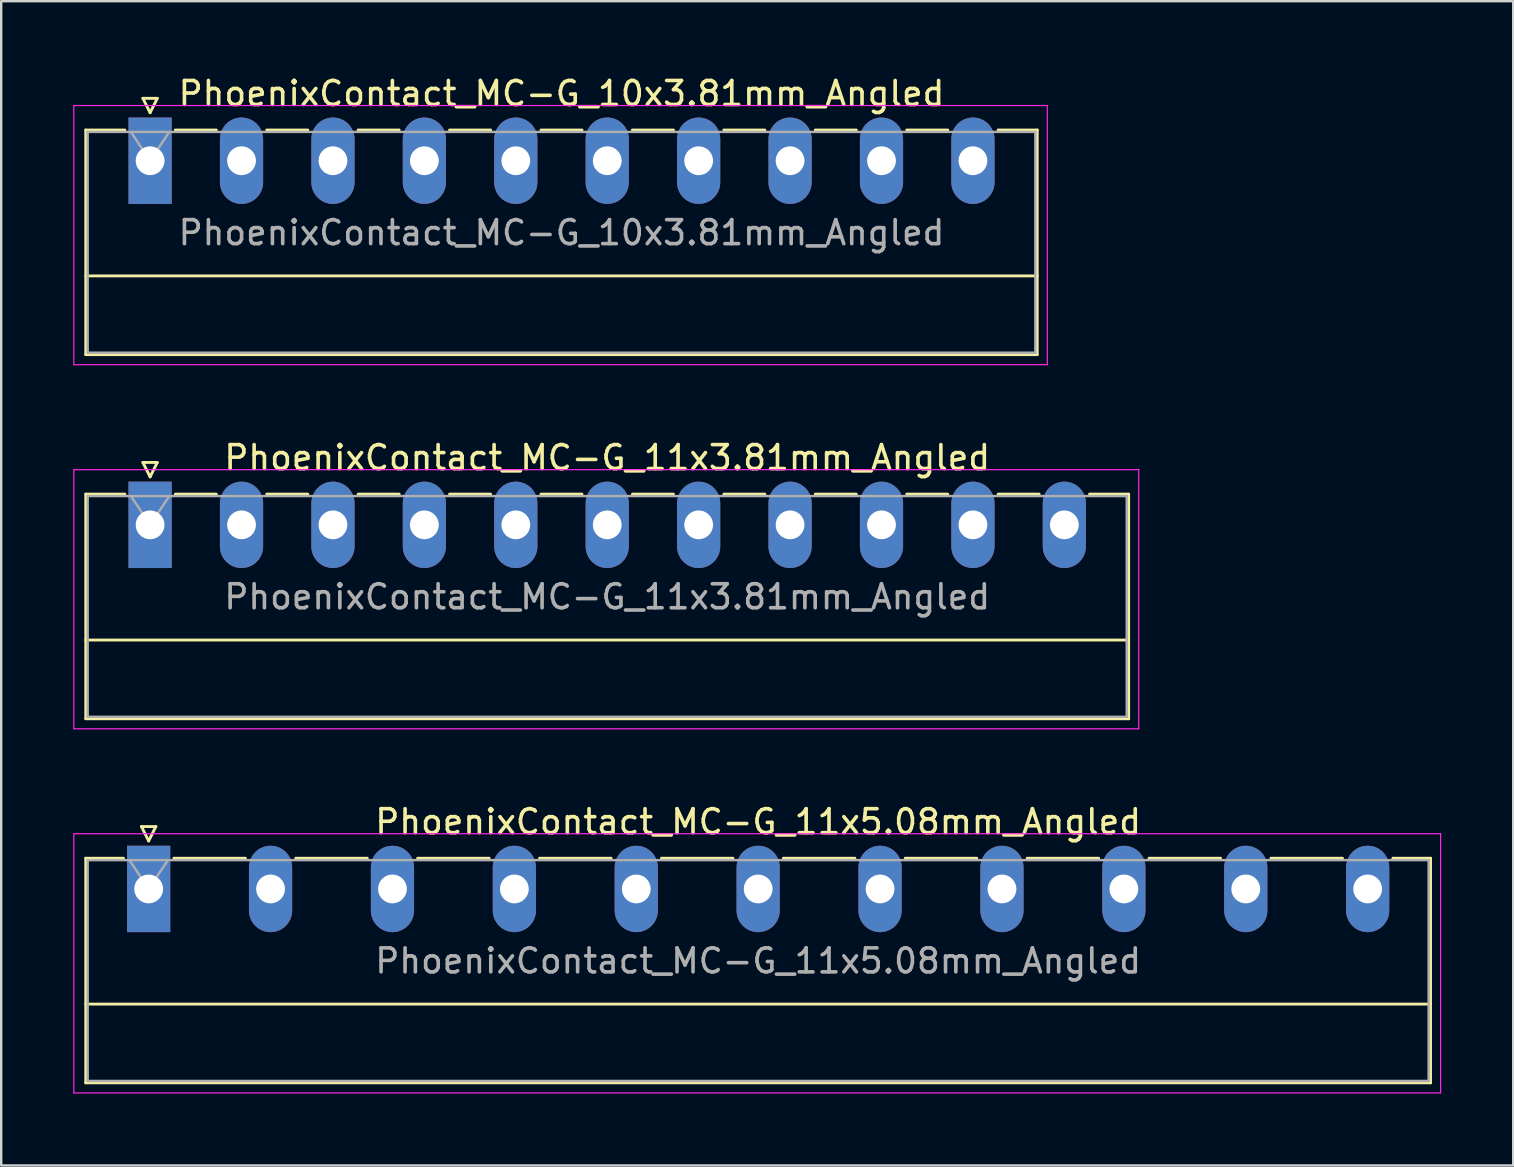
<source format=kicad_pcb>
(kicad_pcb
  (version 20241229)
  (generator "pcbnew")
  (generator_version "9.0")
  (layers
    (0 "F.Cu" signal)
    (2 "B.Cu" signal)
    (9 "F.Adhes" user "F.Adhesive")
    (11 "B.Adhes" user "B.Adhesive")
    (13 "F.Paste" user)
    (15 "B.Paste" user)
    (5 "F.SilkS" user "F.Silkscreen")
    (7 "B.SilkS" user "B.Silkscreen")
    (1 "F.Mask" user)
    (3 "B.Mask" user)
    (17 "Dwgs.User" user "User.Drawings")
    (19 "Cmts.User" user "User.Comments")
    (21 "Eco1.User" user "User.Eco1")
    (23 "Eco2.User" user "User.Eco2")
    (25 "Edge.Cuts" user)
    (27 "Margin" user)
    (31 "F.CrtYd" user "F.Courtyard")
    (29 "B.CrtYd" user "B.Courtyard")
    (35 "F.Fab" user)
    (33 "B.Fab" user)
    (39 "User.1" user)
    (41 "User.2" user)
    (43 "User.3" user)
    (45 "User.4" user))
  (footprint "PhoenixContact_MC-G_11x5.08mm_Angled"
    (layer "F.Cu")
    (at 3.145 33.995)
    (property "Reference" "PhoenixContact_MC-G_11x5.08mm_Angled" (at 25.4 -2.8 0) (layer "F.SilkS") (effects (font (size 1 1) (thickness 0.15))))
    (attr through_hole)
    (fp_line (start -2.62 -1.28) (end -2.62 8.08) (stroke (width 0.12) (type solid)) (layer "F.SilkS"))
    (fp_line (start -2.62 -1.28) (end -1.05 -1.28) (stroke (width 0.12) (type solid)) (layer "F.SilkS"))
    (fp_line (start -2.62 4.8) (end 53.42 4.8) (stroke (width 0.12) (type solid)) (layer "F.SilkS"))
    (fp_line (start -2.62 8.08) (end 53.42 8.08) (stroke (width 0.12) (type solid)) (layer "F.SilkS"))
    (fp_line (start -0.3 -2.6) (end 0.3 -2.6) (stroke (width 0.12) (type solid)) (layer "F.SilkS"))
    (fp_line (start 0 -2) (end -0.3 -2.6) (stroke (width 0.12) (type solid)) (layer "F.SilkS"))
    (fp_line (start 0.3 -2.6) (end 0 -2) (stroke (width 0.12) (type solid)) (layer "F.SilkS"))
    (fp_line (start 1.05 -1.28) (end 4.03 -1.28) (stroke (width 0.12) (type solid)) (layer "F.SilkS"))
    (fp_line (start 6.13 -1.28) (end 9.11 -1.28) (stroke (width 0.12) (type solid)) (layer "F.SilkS"))
    (fp_line (start 11.21 -1.28) (end 14.19 -1.28) (stroke (width 0.12) (type solid)) (layer "F.SilkS"))
    (fp_line (start 16.29 -1.28) (end 19.27 -1.28) (stroke (width 0.12) (type solid)) (layer "F.SilkS"))
    (fp_line (start 21.37 -1.28) (end 24.35 -1.28) (stroke (width 0.12) (type solid)) (layer "F.SilkS"))
    (fp_line (start 26.45 -1.28) (end 29.43 -1.28) (stroke (width 0.12) (type solid)) (layer "F.SilkS"))
    (fp_line (start 31.53 -1.28) (end 34.51 -1.28) (stroke (width 0.12) (type solid)) (layer "F.SilkS"))
    (fp_line (start 36.61 -1.28) (end 39.59 -1.28) (stroke (width 0.12) (type solid)) (layer "F.SilkS"))
    (fp_line (start 41.69 -1.28) (end 44.67 -1.28) (stroke (width 0.12) (type solid)) (layer "F.SilkS"))
    (fp_line (start 46.77 -1.28) (end 49.75 -1.28) (stroke (width 0.12) (type solid)) (layer "F.SilkS"))
    (fp_line (start 53.42 -1.28) (end 51.85 -1.28) (stroke (width 0.12) (type solid)) (layer "F.SilkS"))
    (fp_line (start 53.42 8.08) (end 53.42 -1.28) (stroke (width 0.12) (type solid)) (layer "F.SilkS"))
    (fp_line (start -3.12 -2.3) (end -3.12 8.5) (stroke (width 0.05) (type solid)) (layer "F.CrtYd"))
    (fp_line (start -3.12 8.5) (end 53.84 8.5) (stroke (width 0.05) (type solid)) (layer "F.CrtYd"))
    (fp_line (start 53.84 -2.3) (end -3.12 -2.3) (stroke (width 0.05) (type solid)) (layer "F.CrtYd"))
    (fp_line (start 53.84 8.5) (end 53.84 -2.3) (stroke (width 0.05) (type solid)) (layer "F.CrtYd"))
    (fp_line (start -2.54 -1.2) (end -2.54 8) (stroke (width 0.1) (type solid)) (layer "F.Fab"))
    (fp_line (start -2.54 8) (end 53.34 8) (stroke (width 0.1) (type solid)) (layer "F.Fab"))
    (fp_line (start 0 0) (end -0.8 -1.2) (stroke (width 0.1) (type solid)) (layer "F.Fab"))
    (fp_line (start 0.8 -1.2) (end 0 0) (stroke (width 0.1) (type solid)) (layer "F.Fab"))
    (fp_line (start 53.34 -1.2) (end -2.54 -1.2) (stroke (width 0.1) (type solid)) (layer "F.Fab"))
    (fp_line (start 53.34 8) (end 53.34 -1.2) (stroke (width 0.1) (type solid)) (layer "F.Fab"))
    (fp_text user "${REFERENCE}" (at 25.4 3 0) (layer "F.Fab") (effects (font (size 1 1) (thickness 0.15))))
    (pad "1" thru_hole rect (at 0 0) (size 1.8 3.6) (drill 1.2) (layers "*.Cu" "*.Mask"))
    (pad "2" thru_hole oval (at 5.08 0) (size 1.8 3.6) (drill 1.2) (layers "*.Cu" "*.Mask"))
    (pad "3" thru_hole oval (at 10.16 0) (size 1.8 3.6) (drill 1.2) (layers "*.Cu" "*.Mask"))
    (pad "4" thru_hole oval (at 15.24 0) (size 1.8 3.6) (drill 1.2) (layers "*.Cu" "*.Mask"))
    (pad "5" thru_hole oval (at 20.32 0) (size 1.8 3.6) (drill 1.2) (layers "*.Cu" "*.Mask"))
    (pad "6" thru_hole oval (at 25.4 0) (size 1.8 3.6) (drill 1.2) (layers "*.Cu" "*.Mask"))
    (pad "7" thru_hole oval (at 30.48 0) (size 1.8 3.6) (drill 1.2) (layers "*.Cu" "*.Mask"))
    (pad "8" thru_hole oval (at 35.56 0) (size 1.8 3.6) (drill 1.2) (layers "*.Cu" "*.Mask"))
    (pad "9" thru_hole oval (at 40.64 0) (size 1.8 3.6) (drill 1.2) (layers "*.Cu" "*.Mask"))
    (pad "10" thru_hole oval (at 45.72 0) (size 1.8 3.6) (drill 1.2) (layers "*.Cu" "*.Mask"))
    (pad "11" thru_hole oval (at 50.8 0) (size 1.8 3.6) (drill 1.2) (layers "*.Cu" "*.Mask")))
  (footprint "PhoenixContact_MC-G_11x3.81mm_Angled"
    (layer "F.Cu")
    (at 3.205 18.822)
    (property "Reference" "PhoenixContact_MC-G_11x3.81mm_Angled" (at 19.05 -2.8 0) (layer "F.SilkS") (effects (font (size 1 1) (thickness 0.15))))
    (attr through_hole)
    (fp_line (start -2.68 -1.28) (end -2.68 8.08) (stroke (width 0.12) (type solid)) (layer "F.SilkS"))
    (fp_line (start -2.68 -1.28) (end -1.05 -1.28) (stroke (width 0.12) (type solid)) (layer "F.SilkS"))
    (fp_line (start -2.68 4.8) (end 40.78 4.8) (stroke (width 0.12) (type solid)) (layer "F.SilkS"))
    (fp_line (start -2.68 8.08) (end 40.78 8.08) (stroke (width 0.12) (type solid)) (layer "F.SilkS"))
    (fp_line (start -0.3 -2.6) (end 0.3 -2.6) (stroke (width 0.12) (type solid)) (layer "F.SilkS"))
    (fp_line (start 0 -2) (end -0.3 -2.6) (stroke (width 0.12) (type solid)) (layer "F.SilkS"))
    (fp_line (start 0.3 -2.6) (end 0 -2) (stroke (width 0.12) (type solid)) (layer "F.SilkS"))
    (fp_line (start 1.05 -1.28) (end 2.76 -1.28) (stroke (width 0.12) (type solid)) (layer "F.SilkS"))
    (fp_line (start 4.86 -1.28) (end 6.57 -1.28) (stroke (width 0.12) (type solid)) (layer "F.SilkS"))
    (fp_line (start 8.67 -1.28) (end 10.38 -1.28) (stroke (width 0.12) (type solid)) (layer "F.SilkS"))
    (fp_line (start 12.48 -1.28) (end 14.19 -1.28) (stroke (width 0.12) (type solid)) (layer "F.SilkS"))
    (fp_line (start 16.29 -1.28) (end 18 -1.28) (stroke (width 0.12) (type solid)) (layer "F.SilkS"))
    (fp_line (start 20.1 -1.28) (end 21.81 -1.28) (stroke (width 0.12) (type solid)) (layer "F.SilkS"))
    (fp_line (start 23.91 -1.28) (end 25.62 -1.28) (stroke (width 0.12) (type solid)) (layer "F.SilkS"))
    (fp_line (start 27.72 -1.28) (end 29.43 -1.28) (stroke (width 0.12) (type solid)) (layer "F.SilkS"))
    (fp_line (start 31.53 -1.28) (end 33.24 -1.28) (stroke (width 0.12) (type solid)) (layer "F.SilkS"))
    (fp_line (start 35.34 -1.28) (end 37.05 -1.28) (stroke (width 0.12) (type solid)) (layer "F.SilkS"))
    (fp_line (start 40.78 -1.28) (end 39.15 -1.28) (stroke (width 0.12) (type solid)) (layer "F.SilkS"))
    (fp_line (start 40.78 8.08) (end 40.78 -1.28) (stroke (width 0.12) (type solid)) (layer "F.SilkS"))
    (fp_line (start -3.18 -2.3) (end -3.18 8.5) (stroke (width 0.05) (type solid)) (layer "F.CrtYd"))
    (fp_line (start -3.18 8.5) (end 41.2 8.5) (stroke (width 0.05) (type solid)) (layer "F.CrtYd"))
    (fp_line (start 41.2 -2.3) (end -3.18 -2.3) (stroke (width 0.05) (type solid)) (layer "F.CrtYd"))
    (fp_line (start 41.2 8.5) (end 41.2 -2.3) (stroke (width 0.05) (type solid)) (layer "F.CrtYd"))
    (fp_line (start -2.6 -1.2) (end -2.6 8) (stroke (width 0.1) (type solid)) (layer "F.Fab"))
    (fp_line (start -2.6 8) (end 40.7 8) (stroke (width 0.1) (type solid)) (layer "F.Fab"))
    (fp_line (start 0 0) (end -0.8 -1.2) (stroke (width 0.1) (type solid)) (layer "F.Fab"))
    (fp_line (start 0.8 -1.2) (end 0 0) (stroke (width 0.1) (type solid)) (layer "F.Fab"))
    (fp_line (start 40.7 -1.2) (end -2.6 -1.2) (stroke (width 0.1) (type solid)) (layer "F.Fab"))
    (fp_line (start 40.7 8) (end 40.7 -1.2) (stroke (width 0.1) (type solid)) (layer "F.Fab"))
    (fp_text user "${REFERENCE}" (at 19.05 3 0) (layer "F.Fab") (effects (font (size 1 1) (thickness 0.15))))
    (pad "1" thru_hole rect (at 0 0) (size 1.8 3.6) (drill 1.2) (layers "*.Cu" "*.Mask"))
    (pad "2" thru_hole oval (at 3.81 0) (size 1.8 3.6) (drill 1.2) (layers "*.Cu" "*.Mask"))
    (pad "3" thru_hole oval (at 7.62 0) (size 1.8 3.6) (drill 1.2) (layers "*.Cu" "*.Mask"))
    (pad "4" thru_hole oval (at 11.43 0) (size 1.8 3.6) (drill 1.2) (layers "*.Cu" "*.Mask"))
    (pad "5" thru_hole oval (at 15.24 0) (size 1.8 3.6) (drill 1.2) (layers "*.Cu" "*.Mask"))
    (pad "6" thru_hole oval (at 19.05 0) (size 1.8 3.6) (drill 1.2) (layers "*.Cu" "*.Mask"))
    (pad "7" thru_hole oval (at 22.86 0) (size 1.8 3.6) (drill 1.2) (layers "*.Cu" "*.Mask"))
    (pad "8" thru_hole oval (at 26.67 0) (size 1.8 3.6) (drill 1.2) (layers "*.Cu" "*.Mask"))
    (pad "9" thru_hole oval (at 30.48 0) (size 1.8 3.6) (drill 1.2) (layers "*.Cu" "*.Mask"))
    (pad "10" thru_hole oval (at 34.29 0) (size 1.8 3.6) (drill 1.2) (layers "*.Cu" "*.Mask"))
    (pad "11" thru_hole oval (at 38.1 0) (size 1.8 3.6) (drill 1.2) (layers "*.Cu" "*.Mask")))
  (footprint "PhoenixContact_MC-G_10x3.81mm_Angled"
    (layer "F.Cu")
    (at 3.205 3.648)
    (property "Reference" "PhoenixContact_MC-G_10x3.81mm_Angled" (at 17.145 -2.8 0) (layer "F.SilkS") (effects (font (size 1 1) (thickness 0.15))))
    (attr through_hole)
    (fp_line (start -2.68 -1.28) (end -2.68 8.08) (stroke (width 0.12) (type solid)) (layer "F.SilkS"))
    (fp_line (start -2.68 -1.28) (end -1.05 -1.28) (stroke (width 0.12) (type solid)) (layer "F.SilkS"))
    (fp_line (start -2.68 4.8) (end 36.97 4.8) (stroke (width 0.12) (type solid)) (layer "F.SilkS"))
    (fp_line (start -2.68 8.08) (end 36.97 8.08) (stroke (width 0.12) (type solid)) (layer "F.SilkS"))
    (fp_line (start -0.3 -2.6) (end 0.3 -2.6) (stroke (width 0.12) (type solid)) (layer "F.SilkS"))
    (fp_line (start 0 -2) (end -0.3 -2.6) (stroke (width 0.12) (type solid)) (layer "F.SilkS"))
    (fp_line (start 0.3 -2.6) (end 0 -2) (stroke (width 0.12) (type solid)) (layer "F.SilkS"))
    (fp_line (start 1.05 -1.28) (end 2.76 -1.28) (stroke (width 0.12) (type solid)) (layer "F.SilkS"))
    (fp_line (start 4.86 -1.28) (end 6.57 -1.28) (stroke (width 0.12) (type solid)) (layer "F.SilkS"))
    (fp_line (start 8.67 -1.28) (end 10.38 -1.28) (stroke (width 0.12) (type solid)) (layer "F.SilkS"))
    (fp_line (start 12.48 -1.28) (end 14.19 -1.28) (stroke (width 0.12) (type solid)) (layer "F.SilkS"))
    (fp_line (start 16.29 -1.28) (end 18 -1.28) (stroke (width 0.12) (type solid)) (layer "F.SilkS"))
    (fp_line (start 20.1 -1.28) (end 21.81 -1.28) (stroke (width 0.12) (type solid)) (layer "F.SilkS"))
    (fp_line (start 23.91 -1.28) (end 25.62 -1.28) (stroke (width 0.12) (type solid)) (layer "F.SilkS"))
    (fp_line (start 27.72 -1.28) (end 29.43 -1.28) (stroke (width 0.12) (type solid)) (layer "F.SilkS"))
    (fp_line (start 31.53 -1.28) (end 33.24 -1.28) (stroke (width 0.12) (type solid)) (layer "F.SilkS"))
    (fp_line (start 36.97 -1.28) (end 35.34 -1.28) (stroke (width 0.12) (type solid)) (layer "F.SilkS"))
    (fp_line (start 36.97 8.08) (end 36.97 -1.28) (stroke (width 0.12) (type solid)) (layer "F.SilkS"))
    (fp_line (start -3.18 -2.3) (end -3.18 8.5) (stroke (width 0.05) (type solid)) (layer "F.CrtYd"))
    (fp_line (start -3.18 8.5) (end 37.39 8.5) (stroke (width 0.05) (type solid)) (layer "F.CrtYd"))
    (fp_line (start 37.39 -2.3) (end -3.18 -2.3) (stroke (width 0.05) (type solid)) (layer "F.CrtYd"))
    (fp_line (start 37.39 8.5) (end 37.39 -2.3) (stroke (width 0.05) (type solid)) (layer "F.CrtYd"))
    (fp_line (start -2.6 -1.2) (end -2.6 8) (stroke (width 0.1) (type solid)) (layer "F.Fab"))
    (fp_line (start -2.6 8) (end 36.89 8) (stroke (width 0.1) (type solid)) (layer "F.Fab"))
    (fp_line (start 0 0) (end -0.8 -1.2) (stroke (width 0.1) (type solid)) (layer "F.Fab"))
    (fp_line (start 0.8 -1.2) (end 0 0) (stroke (width 0.1) (type solid)) (layer "F.Fab"))
    (fp_line (start 36.89 -1.2) (end -2.6 -1.2) (stroke (width 0.1) (type solid)) (layer "F.Fab"))
    (fp_line (start 36.89 8) (end 36.89 -1.2) (stroke (width 0.1) (type solid)) (layer "F.Fab"))
    (fp_text user "${REFERENCE}" (at 17.145 3 0) (layer "F.Fab") (effects (font (size 1 1) (thickness 0.15))))
    (pad "1" thru_hole rect (at 0 0) (size 1.8 3.6) (drill 1.2) (layers "*.Cu" "*.Mask"))
    (pad "2" thru_hole oval (at 3.81 0) (size 1.8 3.6) (drill 1.2) (layers "*.Cu" "*.Mask"))
    (pad "3" thru_hole oval (at 7.62 0) (size 1.8 3.6) (drill 1.2) (layers "*.Cu" "*.Mask"))
    (pad "4" thru_hole oval (at 11.43 0) (size 1.8 3.6) (drill 1.2) (layers "*.Cu" "*.Mask"))
    (pad "5" thru_hole oval (at 15.24 0) (size 1.8 3.6) (drill 1.2) (layers "*.Cu" "*.Mask"))
    (pad "6" thru_hole oval (at 19.05 0) (size 1.8 3.6) (drill 1.2) (layers "*.Cu" "*.Mask"))
    (pad "7" thru_hole oval (at 22.86 0) (size 1.8 3.6) (drill 1.2) (layers "*.Cu" "*.Mask"))
    (pad "8" thru_hole oval (at 26.67 0) (size 1.8 3.6) (drill 1.2) (layers "*.Cu" "*.Mask"))
    (pad "9" thru_hole oval (at 30.48 0) (size 1.8 3.6) (drill 1.2) (layers "*.Cu" "*.Mask"))
    (pad "10" thru_hole oval (at 34.29 0) (size 1.8 3.6) (drill 1.2) (layers "*.Cu" "*.Mask")))
  (gr_rect
    (start -3 -3)
    (end 60.01 45.52)
    (stroke (width 0.1) (type default))
    (fill no)
    (layer "Edge.Cuts")))
</source>
